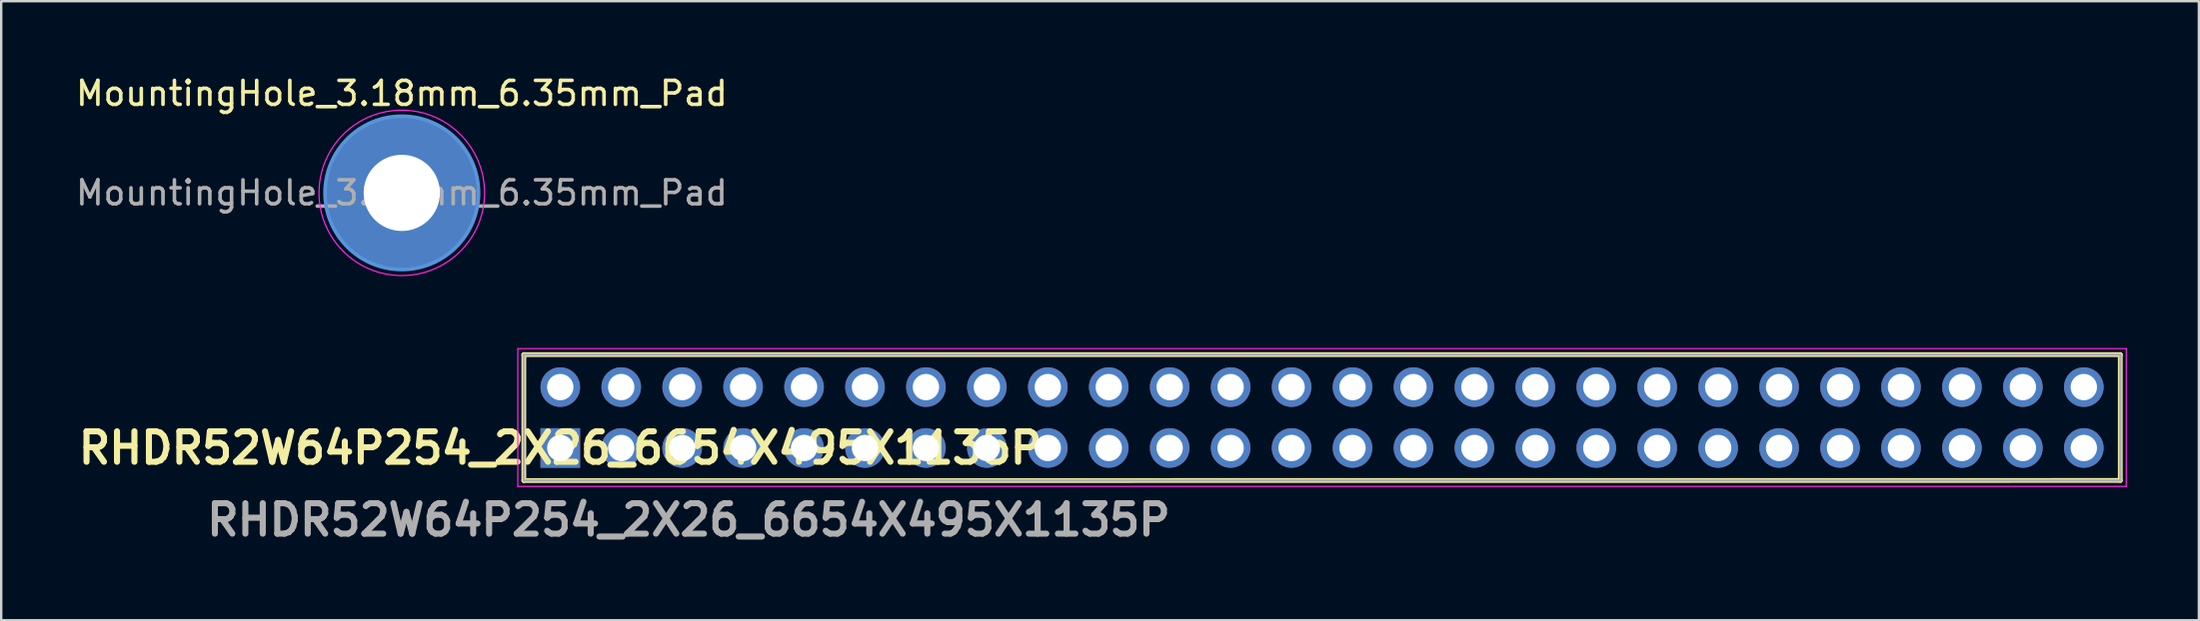
<source format=kicad_pcb>
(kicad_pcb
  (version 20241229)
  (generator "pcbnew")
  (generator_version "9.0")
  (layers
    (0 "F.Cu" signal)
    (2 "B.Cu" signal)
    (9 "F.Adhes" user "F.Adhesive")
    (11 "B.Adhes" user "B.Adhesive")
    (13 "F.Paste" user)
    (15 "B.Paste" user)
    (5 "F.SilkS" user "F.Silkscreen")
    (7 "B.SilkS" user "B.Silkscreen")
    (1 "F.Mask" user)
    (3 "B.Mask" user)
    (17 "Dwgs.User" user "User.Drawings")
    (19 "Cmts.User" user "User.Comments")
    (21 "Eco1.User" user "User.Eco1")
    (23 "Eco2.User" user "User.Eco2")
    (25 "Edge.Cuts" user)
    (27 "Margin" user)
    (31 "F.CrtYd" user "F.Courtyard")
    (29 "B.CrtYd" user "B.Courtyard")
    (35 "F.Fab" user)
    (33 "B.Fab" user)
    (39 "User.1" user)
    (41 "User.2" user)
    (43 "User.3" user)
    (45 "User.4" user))
  (footprint "RHDR52W64P254_2X26_6654X495X1135P"
    (layer "F.Cu")
    (at 20.302 15.643)
    (property "Reference" "RHDR52W64P254_2X26_6654X495X1135P" (at 0 0 0) (layer "F.SilkS") (effects (font (size 1.27 1.27) (thickness 0.254))))
    (attr through_hole)
    (fp_line (start -1.52 -3.895) (end -1.52 1.36) (stroke (width 0.2) (type solid)) (layer "F.SilkS"))
    (fp_line (start -1.52 1.36) (end 65.02 1.355) (stroke (width 0.2) (type solid)) (layer "F.SilkS"))
    (fp_line (start 65.02 -3.895) (end -1.52 -3.895) (stroke (width 0.2) (type solid)) (layer "F.SilkS"))
    (fp_line (start 65.02 1.355) (end 65.02 -3.895) (stroke (width 0.2) (type solid)) (layer "F.SilkS"))
    (fp_line (start -1.77 -4.145) (end 65.27 -4.145) (stroke (width 0.05) (type solid)) (layer "F.CrtYd"))
    (fp_line (start -1.77 1.605) (end -1.77 -4.145) (stroke (width 0.05) (type solid)) (layer "F.CrtYd"))
    (fp_line (start 65.27 -4.145) (end 65.27 1.605) (stroke (width 0.05) (type solid)) (layer "F.CrtYd"))
    (fp_line (start 65.27 1.605) (end -1.77 1.605) (stroke (width 0.05) (type solid)) (layer "F.CrtYd"))
    (fp_line (start -1.52 -3.895) (end 65.02 -3.895) (stroke (width 0.1) (type solid)) (layer "F.Fab"))
    (fp_line (start -1.52 1.355) (end -1.52 -3.895) (stroke (width 0.1) (type solid)) (layer "F.Fab"))
    (fp_line (start 65.02 -3.895) (end 65.02 1.355) (stroke (width 0.1) (type solid)) (layer "F.Fab"))
    (fp_line (start 65.02 1.355) (end -1.52 1.355) (stroke (width 0.1) (type solid)) (layer "F.Fab"))
    (fp_text user "${REFERENCE}" (at 5.35 3 0) (layer "F.Fab") (effects (font (size 1.27 1.27) (thickness 0.254))))
    (pad "1" thru_hole rect (at 0 0) (size 1.65 1.65) (drill 1.1) (layers "*.Cu" "*.Mask"))
    (pad "2" thru_hole circle (at 0 -2.54) (size 1.65 1.65) (drill 1.1) (layers "*.Cu" "*.Mask"))
    (pad "3" thru_hole circle (at 2.54 0) (size 1.65 1.65) (drill 1.1) (layers "*.Cu" "*.Mask"))
    (pad "4" thru_hole circle (at 2.54 -2.54) (size 1.65 1.65) (drill 1.1) (layers "*.Cu" "*.Mask"))
    (pad "5" thru_hole circle (at 5.08 0) (size 1.65 1.65) (drill 1.1) (layers "*.Cu" "*.Mask"))
    (pad "6" thru_hole circle (at 5.08 -2.54) (size 1.65 1.65) (drill 1.1) (layers "*.Cu" "*.Mask"))
    (pad "7" thru_hole circle (at 7.62 0) (size 1.65 1.65) (drill 1.1) (layers "*.Cu" "*.Mask"))
    (pad "8" thru_hole circle (at 7.62 -2.54) (size 1.65 1.65) (drill 1.1) (layers "*.Cu" "*.Mask"))
    (pad "9" thru_hole circle (at 10.16 0) (size 1.65 1.65) (drill 1.1) (layers "*.Cu" "*.Mask"))
    (pad "10" thru_hole circle (at 10.16 -2.54) (size 1.65 1.65) (drill 1.1) (layers "*.Cu" "*.Mask"))
    (pad "11" thru_hole circle (at 12.7 0) (size 1.65 1.65) (drill 1.1) (layers "*.Cu" "*.Mask"))
    (pad "12" thru_hole circle (at 12.7 -2.54) (size 1.65 1.65) (drill 1.1) (layers "*.Cu" "*.Mask"))
    (pad "13" thru_hole circle (at 15.24 0) (size 1.65 1.65) (drill 1.1) (layers "*.Cu" "*.Mask"))
    (pad "14" thru_hole circle (at 15.24 -2.54) (size 1.65 1.65) (drill 1.1) (layers "*.Cu" "*.Mask"))
    (pad "15" thru_hole circle (at 17.78 0) (size 1.65 1.65) (drill 1.1) (layers "*.Cu" "*.Mask"))
    (pad "16" thru_hole circle (at 17.78 -2.54) (size 1.65 1.65) (drill 1.1) (layers "*.Cu" "*.Mask"))
    (pad "17" thru_hole circle (at 20.32 0) (size 1.65 1.65) (drill 1.1) (layers "*.Cu" "*.Mask"))
    (pad "18" thru_hole circle (at 20.32 -2.54) (size 1.65 1.65) (drill 1.1) (layers "*.Cu" "*.Mask"))
    (pad "19" thru_hole circle (at 22.86 0) (size 1.65 1.65) (drill 1.1) (layers "*.Cu" "*.Mask"))
    (pad "20" thru_hole circle (at 22.86 -2.54) (size 1.65 1.65) (drill 1.1) (layers "*.Cu" "*.Mask"))
    (pad "21" thru_hole circle (at 25.4 0) (size 1.65 1.65) (drill 1.1) (layers "*.Cu" "*.Mask"))
    (pad "22" thru_hole circle (at 25.4 -2.54) (size 1.65 1.65) (drill 1.1) (layers "*.Cu" "*.Mask"))
    (pad "23" thru_hole circle (at 27.94 0) (size 1.65 1.65) (drill 1.1) (layers "*.Cu" "*.Mask"))
    (pad "24" thru_hole circle (at 27.94 -2.54) (size 1.65 1.65) (drill 1.1) (layers "*.Cu" "*.Mask"))
    (pad "25" thru_hole circle (at 30.48 0) (size 1.65 1.65) (drill 1.1) (layers "*.Cu" "*.Mask"))
    (pad "26" thru_hole circle (at 30.48 -2.54) (size 1.65 1.65) (drill 1.1) (layers "*.Cu" "*.Mask"))
    (pad "27" thru_hole circle (at 33.02 0) (size 1.65 1.65) (drill 1.1) (layers "*.Cu" "*.Mask"))
    (pad "28" thru_hole circle (at 33.02 -2.54) (size 1.65 1.65) (drill 1.1) (layers "*.Cu" "*.Mask"))
    (pad "29" thru_hole circle (at 35.56 0) (size 1.65 1.65) (drill 1.1) (layers "*.Cu" "*.Mask"))
    (pad "30" thru_hole circle (at 35.56 -2.54) (size 1.65 1.65) (drill 1.1) (layers "*.Cu" "*.Mask"))
    (pad "31" thru_hole circle (at 38.1 0) (size 1.65 1.65) (drill 1.1) (layers "*.Cu" "*.Mask"))
    (pad "32" thru_hole circle (at 38.1 -2.54) (size 1.65 1.65) (drill 1.1) (layers "*.Cu" "*.Mask"))
    (pad "33" thru_hole circle (at 40.64 0) (size 1.65 1.65) (drill 1.1) (layers "*.Cu" "*.Mask"))
    (pad "34" thru_hole circle (at 40.64 -2.54) (size 1.65 1.65) (drill 1.1) (layers "*.Cu" "*.Mask"))
    (pad "35" thru_hole circle (at 43.18 0) (size 1.65 1.65) (drill 1.1) (layers "*.Cu" "*.Mask"))
    (pad "36" thru_hole circle (at 43.18 -2.54) (size 1.65 1.65) (drill 1.1) (layers "*.Cu" "*.Mask"))
    (pad "37" thru_hole circle (at 45.72 0) (size 1.65 1.65) (drill 1.1) (layers "*.Cu" "*.Mask"))
    (pad "38" thru_hole circle (at 45.72 -2.54) (size 1.65 1.65) (drill 1.1) (layers "*.Cu" "*.Mask"))
    (pad "39" thru_hole circle (at 48.26 0) (size 1.65 1.65) (drill 1.1) (layers "*.Cu" "*.Mask"))
    (pad "40" thru_hole circle (at 48.26 -2.54) (size 1.65 1.65) (drill 1.1) (layers "*.Cu" "*.Mask"))
    (pad "41" thru_hole circle (at 50.8 0) (size 1.65 1.65) (drill 1.1) (layers "*.Cu" "*.Mask"))
    (pad "42" thru_hole circle (at 50.8 -2.54) (size 1.65 1.65) (drill 1.1) (layers "*.Cu" "*.Mask"))
    (pad "43" thru_hole circle (at 53.34 0) (size 1.65 1.65) (drill 1.1) (layers "*.Cu" "*.Mask"))
    (pad "44" thru_hole circle (at 53.34 -2.54) (size 1.65 1.65) (drill 1.1) (layers "*.Cu" "*.Mask"))
    (pad "45" thru_hole circle (at 55.88 0) (size 1.65 1.65) (drill 1.1) (layers "*.Cu" "*.Mask"))
    (pad "46" thru_hole circle (at 55.88 -2.54) (size 1.65 1.65) (drill 1.1) (layers "*.Cu" "*.Mask"))
    (pad "47" thru_hole circle (at 58.42 0) (size 1.65 1.65) (drill 1.1) (layers "*.Cu" "*.Mask"))
    (pad "48" thru_hole circle (at 58.42 -2.54) (size 1.65 1.65) (drill 1.1) (layers "*.Cu" "*.Mask"))
    (pad "49" thru_hole circle (at 60.96 0) (size 1.65 1.65) (drill 1.1) (layers "*.Cu" "*.Mask"))
    (pad "50" thru_hole circle (at 60.96 -2.54) (size 1.65 1.65) (drill 1.1) (layers "*.Cu" "*.Mask"))
    (pad "51" thru_hole circle (at 63.5 0) (size 1.65 1.65) (drill 1.1) (layers "*.Cu" "*.Mask"))
    (pad "52" thru_hole circle (at 63.5 -2.54) (size 1.65 1.65) (drill 1.1) (layers "*.Cu" "*.Mask")))
  (footprint "MountingHole_3.18mm_6.35mm_Pad"
    (layer "F.Cu")
    (at 13.696 4.998)
    (property "Reference" "MountingHole_3.18mm_6.35mm_Pad" (at 0 -4.15 0) (layer "F.SilkS") (effects (font (size 1 1) (thickness 0.15))))
    (attr exclude_from_pos_files exclude_from_bom)
    (fp_circle (center 0 0) (end 3.2 0) (stroke (width 0.15) (type solid)) (fill no) (layer "Cmts.User"))
    (fp_circle (center 0 0) (end 3.45 0) (stroke (width 0.05) (type solid)) (fill no) (layer "F.CrtYd"))
    (fp_text user "${REFERENCE}" (at 0 0 0) (layer "F.Fab") (effects (font (size 1 1) (thickness 0.15))))
    (pad "1" thru_hole circle (at 0 0) (size 6.35 6.35) (drill 3.18) (layers "*.Cu" "*.Mask")))
  (gr_rect
    (start -3 -3)
    (end 88.597 22.832)
    (stroke (width 0.1) (type default))
    (fill no)
    (layer "Edge.Cuts")))
</source>
